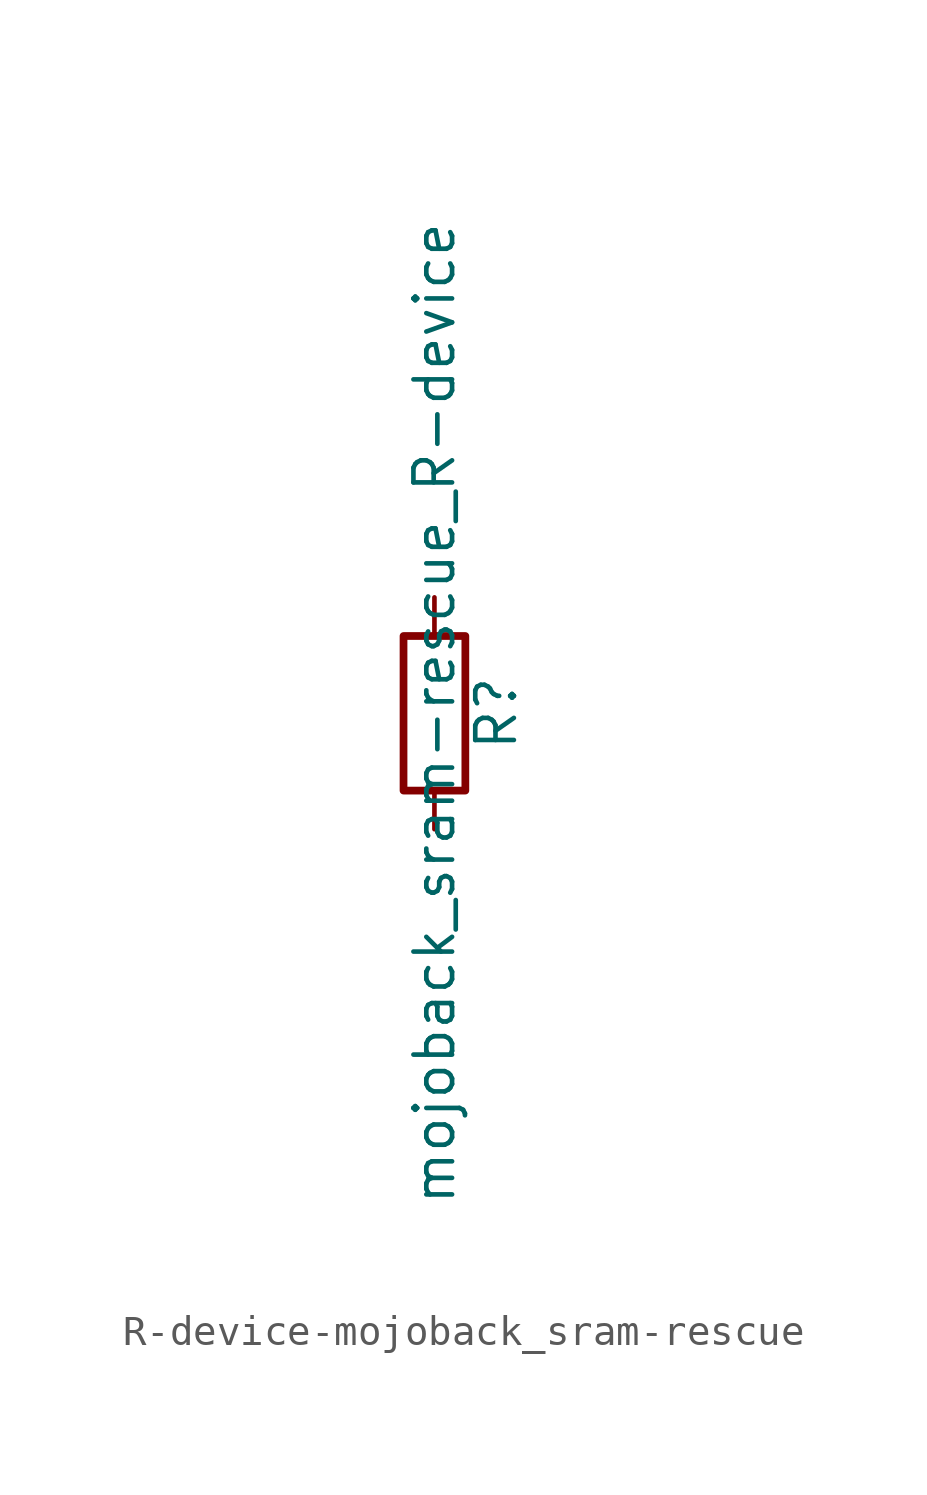
<source format=kicad_sym>
(kicad_symbol_lib
  (version 20231120)
  (generator "kicad_symbol_editor")
  (generator_version "8.0")
  (symbol "R-device-mojoback_sram-rescue"
    (pin_numbers hide)
    (pin_names
      (offset 0))
    (property "Reference" "R"
      (at 2.032 0 90)
      (effects (font (size 1.27 1.27))))
    (property "Value" "mojoback_sram-rescue_R-device"
      (at 0 0 90)
      (effects (font (size 1.27 1.27))))
    (symbol "R-device-mojoback_sram-rescue_0_1"
      (rectangle (start -1.016 -2.54) (end 1.016 2.54) (stroke (width 0.254) (type solid)) (fill (type none))))
    (symbol "R-device-mojoback_sram-rescue_1_1"
      (pin passive line (at 0 3.81 270) (length 1.27) (name "~" (effects (font (size 1.27 1.27)))) (number "1" (effects (font (size 1.27 1.27)))))
      (pin passive line (at 0 -3.81 90) (length 1.27) (name "~" (effects (font (size 1.27 1.27)))) (number "2" (effects (font (size 1.27 1.27))))))))
</source>
